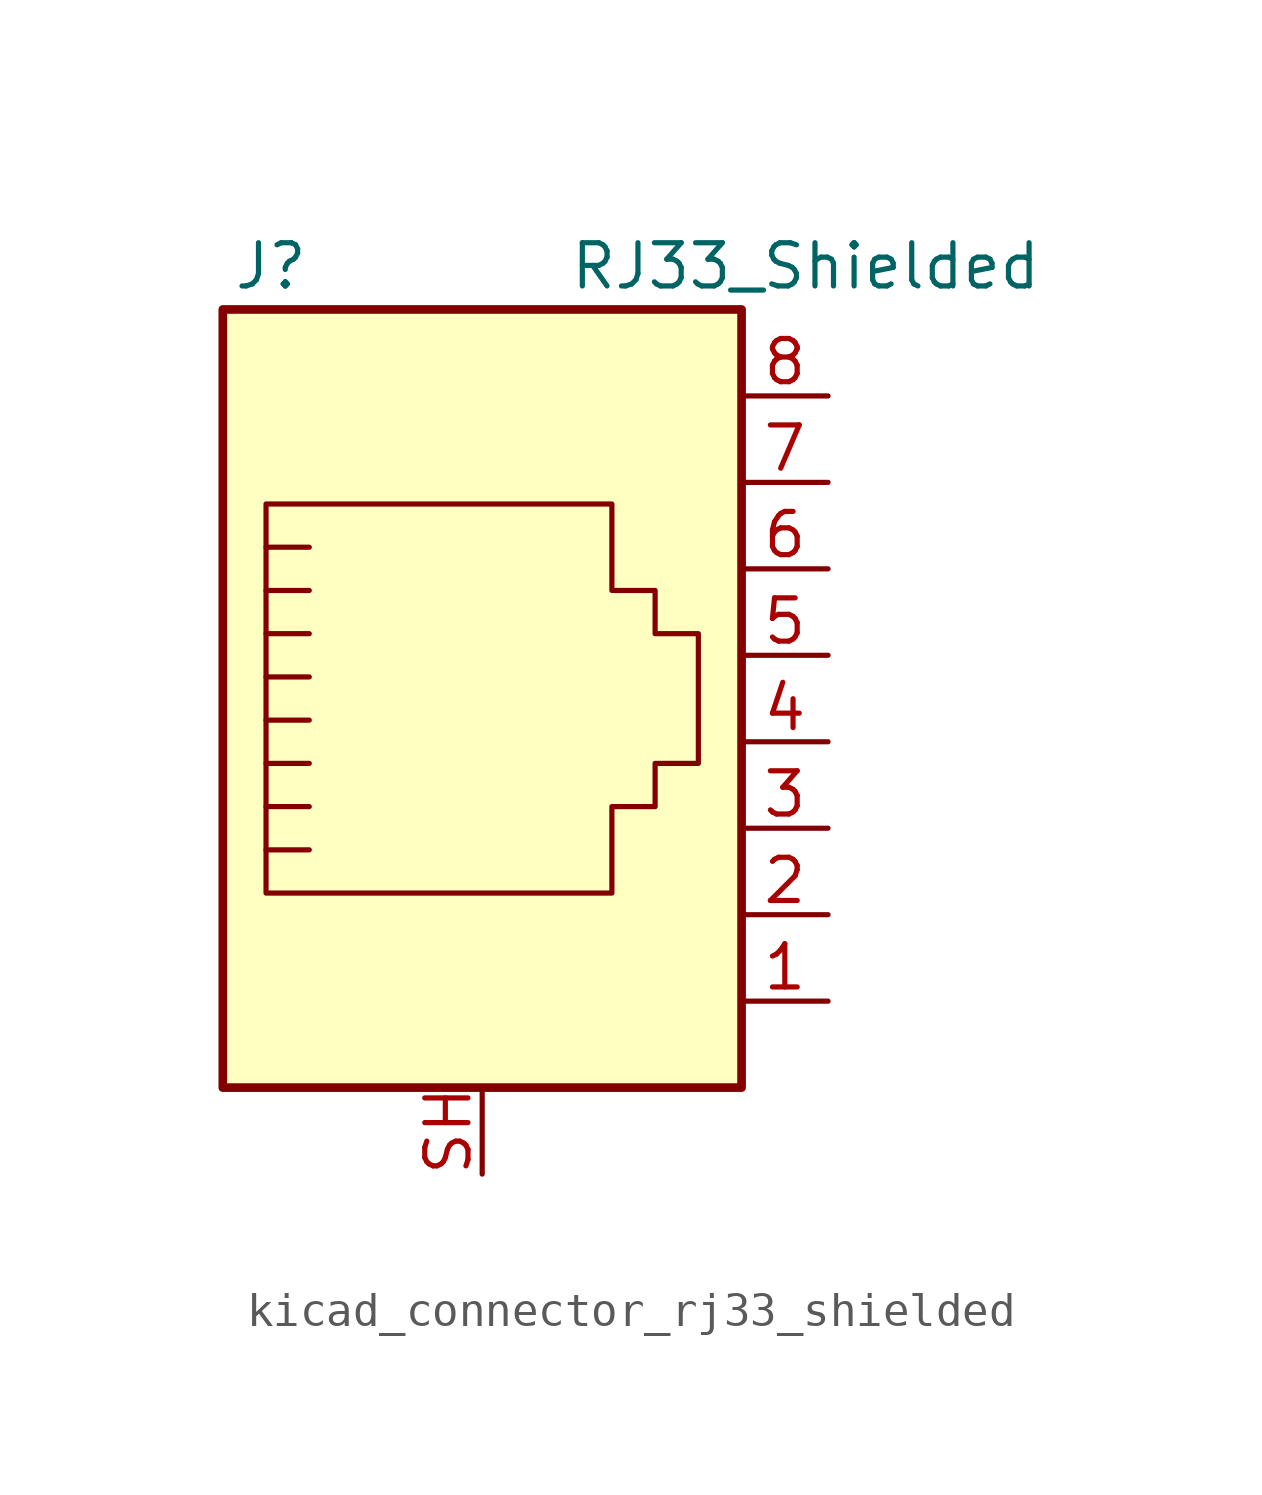
<source format=kicad_sym>
(kicad_symbol_lib
  (version 20220914)
  (generator kicad_symbol_editor)
  (symbol "kicad_connector_rj33_shielded"
    (pin_names
      (offset 1.016))
    (property "Reference" "J"
      (at -5.08 13.97 0)
      (effects (font (size 1.27 1.27)) (justify right)))
    (property "Value" "RJ33_Shielded"
      (at 2.54 13.97 0)
      (effects (font (size 1.27 1.27)) (justify left)))
    (symbol "kicad_connector_rj33_shielded_0_1"
      (polyline (pts (xy -5.08 4.445) (xy -6.35 4.445)) (stroke (width 0) (type default)) (fill (type none)))
      (polyline (pts (xy -5.08 5.715) (xy -6.35 5.715)) (stroke (width 0) (type default)) (fill (type none)))
      (polyline (pts (xy -6.35 -3.175) (xy -5.08 -3.175) (xy -5.08 -3.175)) (stroke (width 0) (type default)) (fill (type none)))
      (polyline (pts (xy -6.35 -1.905) (xy -5.08 -1.905) (xy -5.08 -1.905)) (stroke (width 0) (type default)) (fill (type none)))
      (polyline (pts (xy -6.35 -0.635) (xy -5.08 -0.635) (xy -5.08 -0.635)) (stroke (width 0) (type default)) (fill (type none)))
      (polyline (pts (xy -6.35 0.635) (xy -5.08 0.635) (xy -5.08 0.635)) (stroke (width 0) (type default)) (fill (type none)))
      (polyline (pts (xy -6.35 1.905) (xy -5.08 1.905) (xy -5.08 1.905)) (stroke (width 0) (type default)) (fill (type none)))
      (polyline (pts (xy -5.08 3.175) (xy -6.35 3.175) (xy -6.35 3.175)) (stroke (width 0) (type default)) (fill (type none)))
      (polyline (pts (xy -6.35 -4.445) (xy -6.35 6.985) (xy 3.81 6.985) (xy 3.81 4.445) (xy 5.08 4.445) (xy 5.08 3.175) (xy 6.35 3.175) (xy 6.35 -0.635) (xy 5.08 -0.635) (xy 5.08 -1.905) (xy 3.81 -1.905) (xy 3.81 -4.445) (xy -6.35 -4.445) (xy -6.35 -4.445)) (stroke (width 0) (type default)) (fill (type none)))
      (rectangle (start 7.62 12.7) (end -7.62 -10.16) (stroke (width 0.254) (type default)) (fill (type background))))
    (symbol "kicad_connector_rj33_shielded_1_1"
      (pin passive line (at 10.16 -7.62 180) (length 2.54) (name "~" (effects (font (size 1.27 1.27)))) (number "1" (effects (font (size 1.27 1.27)))))
      (pin passive line (at 10.16 -5.08 180) (length 2.54) (name "~" (effects (font (size 1.27 1.27)))) (number "2" (effects (font (size 1.27 1.27)))))
      (pin passive line (at 10.16 -2.54 180) (length 2.54) (name "~" (effects (font (size 1.27 1.27)))) (number "3" (effects (font (size 1.27 1.27)))))
      (pin passive line (at 10.16 0 180) (length 2.54) (name "~" (effects (font (size 1.27 1.27)))) (number "4" (effects (font (size 1.27 1.27)))))
      (pin passive line (at 10.16 2.54 180) (length 2.54) (name "~" (effects (font (size 1.27 1.27)))) (number "5" (effects (font (size 1.27 1.27)))))
      (pin passive line (at 10.16 5.08 180) (length 2.54) (name "~" (effects (font (size 1.27 1.27)))) (number "6" (effects (font (size 1.27 1.27)))))
      (pin passive line (at 10.16 7.62 180) (length 2.54) (name "~" (effects (font (size 1.27 1.27)))) (number "7" (effects (font (size 1.27 1.27)))))
      (pin passive line (at 10.16 10.16 180) (length 2.54) (name "~" (effects (font (size 1.27 1.27)))) (number "8" (effects (font (size 1.27 1.27)))))
      (pin passive line (at 0 -12.7 90) (length 2.54) (name "~" (effects (font (size 1.27 1.27)))) (number "SH" (effects (font (size 1.27 1.27))))))))
</source>
